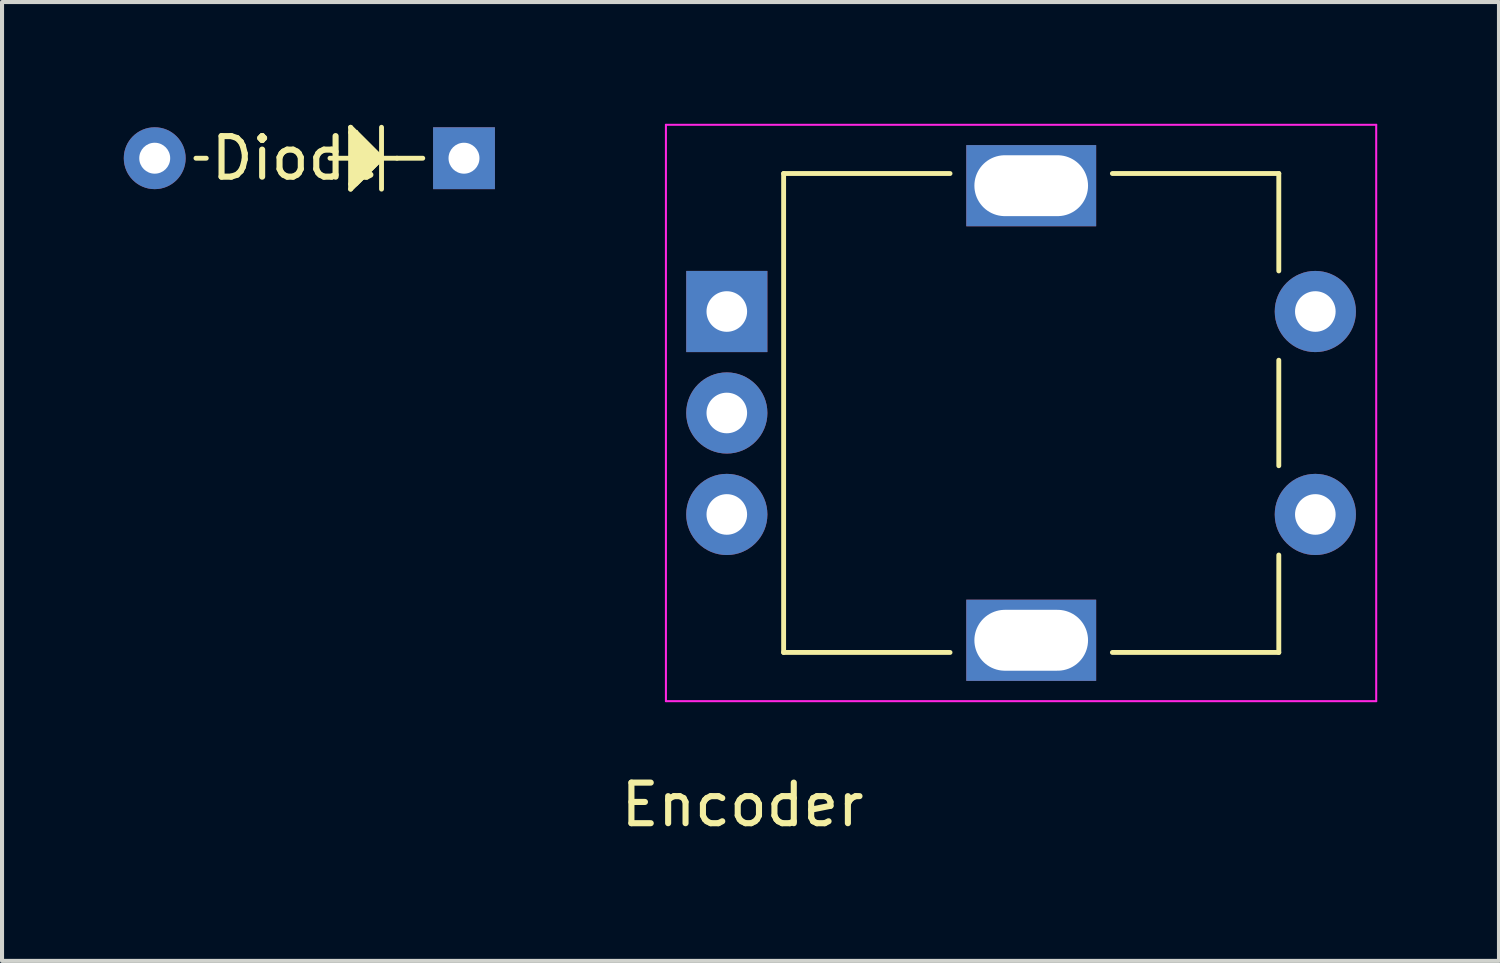
<source format=kicad_pcb>
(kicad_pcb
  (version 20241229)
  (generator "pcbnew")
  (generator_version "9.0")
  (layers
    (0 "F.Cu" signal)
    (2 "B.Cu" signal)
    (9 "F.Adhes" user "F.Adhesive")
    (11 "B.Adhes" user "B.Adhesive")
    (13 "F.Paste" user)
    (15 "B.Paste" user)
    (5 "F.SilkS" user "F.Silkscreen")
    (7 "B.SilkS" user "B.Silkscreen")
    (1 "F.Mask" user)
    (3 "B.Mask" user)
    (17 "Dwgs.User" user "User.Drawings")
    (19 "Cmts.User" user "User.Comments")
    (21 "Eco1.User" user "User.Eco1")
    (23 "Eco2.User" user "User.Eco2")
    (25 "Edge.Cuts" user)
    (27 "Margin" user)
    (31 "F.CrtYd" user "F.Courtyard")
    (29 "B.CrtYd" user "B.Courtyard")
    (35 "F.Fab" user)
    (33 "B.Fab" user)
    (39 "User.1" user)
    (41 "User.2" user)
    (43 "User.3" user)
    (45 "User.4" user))
  (footprint "Encoder"
    (layer "F.Cu")
    (at 22.357 7.125)
    (property "Reference" "Encoder" (at -7.112 9.652 0) (layer "F.SilkS") (effects (font (size 1 1) (thickness 0.15))))
    (attr through_hole)
    (fp_line (start -6.1 -5.9) (end -6.1 5.9) (stroke (width 0.12) (type solid)) (layer "F.SilkS"))
    (fp_line (start -2 -5.9) (end -6.1 -5.9) (stroke (width 0.12) (type solid)) (layer "F.SilkS"))
    (fp_line (start -2 5.9) (end -6.1 5.9) (stroke (width 0.12) (type solid)) (layer "F.SilkS"))
    (fp_line (start 2 -5.9) (end 6.1 -5.9) (stroke (width 0.12) (type solid)) (layer "F.SilkS"))
    (fp_line (start 6.1 -5.9) (end 6.1 -3.5) (stroke (width 0.12) (type solid)) (layer "F.SilkS"))
    (fp_line (start 6.1 -1.3) (end 6.1 1.3) (stroke (width 0.12) (type solid)) (layer "F.SilkS"))
    (fp_line (start 6.1 3.5) (end 6.1 5.9) (stroke (width 0.12) (type solid)) (layer "F.SilkS"))
    (fp_line (start 6.1 5.9) (end 2 5.9) (stroke (width 0.12) (type solid)) (layer "F.SilkS"))
    (fp_line (start -9 -7.1) (end -9 7.1) (stroke (width 0.05) (type solid)) (layer "F.CrtYd"))
    (fp_line (start -9 -7.1) (end 8.5 -7.1) (stroke (width 0.05) (type solid)) (layer "F.CrtYd"))
    (fp_line (start 8.5 7.1) (end -9 7.1) (stroke (width 0.05) (type solid)) (layer "F.CrtYd"))
    (fp_line (start 8.5 7.1) (end 8.5 -7.1) (stroke (width 0.05) (type solid)) (layer "F.CrtYd"))
    (pad "A" thru_hole rect (at -7.5 -2.5) (size 2 2) (drill 1) (layers "*.Cu" "*.Mask"))
    (pad "B" thru_hole circle (at -7.5 2.5) (size 2 2) (drill 1) (layers "*.Cu" "*.Mask"))
    (pad "C" thru_hole circle (at -7.5 0) (size 2 2) (drill 1) (layers "*.Cu" "*.Mask"))
    (pad "MP" thru_hole rect (at 0 -5.6) (size 3.2 2) (drill oval 2.8 1.5) (layers "*.Cu" "*.Mask"))
    (pad "MP" thru_hole rect (at 0 5.6) (size 3.2 2) (drill oval 2.8 1.5) (layers "*.Cu" "*.Mask"))
    (pad "S1" thru_hole circle (at 7 2.5) (size 2 2) (drill 1) (layers "*.Cu" "*.Mask"))
    (pad "S2" thru_hole circle (at 7 -2.5) (size 2 2) (drill 1) (layers "*.Cu" "*.Mask")))
  (footprint "Diode"
    (layer "F.Cu")
    (at 0.762 0.848)
    (property "Reference" "Diode" (at 3.48 0 0) (layer "F.SilkS") (effects (font (size 1 1) (thickness 0.15))))
    (attr through_hole)
    (fp_line (start 1.27 0) (end 1.016 0) (stroke (width 0.12) (type solid)) (layer "F.SilkS"))
    (fp_line (start 4.445 0) (end 4.318 0) (stroke (width 0.12) (type solid)) (layer "F.SilkS"))
    (fp_line (start 4.826 -0.762) (end 4.826 0.762) (stroke (width 0.12) (type solid)) (layer "F.SilkS"))
    (fp_line (start 4.826 0.635) (end 4.953 0.508) (stroke (width 0.12) (type solid)) (layer "F.SilkS"))
    (fp_line (start 4.826 0.762) (end 5.588 0) (stroke (width 0.12) (type solid)) (layer "F.SilkS"))
    (fp_line (start 4.889 -0.572) (end 4.889 0.508) (stroke (width 0.12) (type solid)) (layer "F.SilkS"))
    (fp_line (start 4.953 -0.635) (end 4.826 -0.635) (stroke (width 0.12) (type solid)) (layer "F.SilkS"))
    (fp_line (start 4.953 -0.635) (end 4.953 0.508) (stroke (width 0.12) (type solid)) (layer "F.SilkS"))
    (fp_line (start 4.953 -0.508) (end 4.953 0.381) (stroke (width 0.12) (type solid)) (layer "F.SilkS"))
    (fp_line (start 4.953 -0.381) (end 4.953 0.254) (stroke (width 0.12) (type solid)) (layer "F.SilkS"))
    (fp_line (start 4.953 -0.254) (end 4.953 0.127) (stroke (width 0.12) (type solid)) (layer "F.SilkS"))
    (fp_line (start 4.953 0.127) (end 5.08 0) (stroke (width 0.12) (type solid)) (layer "F.SilkS"))
    (fp_line (start 4.953 0.254) (end 5.207 0) (stroke (width 0.12) (type solid)) (layer "F.SilkS"))
    (fp_line (start 4.953 0.381) (end 5.334 0) (stroke (width 0.12) (type solid)) (layer "F.SilkS"))
    (fp_line (start 4.953 0.508) (end 4.953 -0.635) (stroke (width 0.12) (type solid)) (layer "F.SilkS"))
    (fp_line (start 4.953 0.508) (end 5.461 0) (stroke (width 0.12) (type solid)) (layer "F.SilkS"))
    (fp_line (start 4.953 0.635) (end 5.588 0) (stroke (width 0.12) (type solid)) (layer "F.SilkS"))
    (fp_line (start 5.08 0) (end 4.953 -0.127) (stroke (width 0.12) (type solid)) (layer "F.SilkS"))
    (fp_line (start 5.207 0) (end 4.953 -0.254) (stroke (width 0.12) (type solid)) (layer "F.SilkS"))
    (fp_line (start 5.334 0) (end 4.953 -0.381) (stroke (width 0.12) (type solid)) (layer "F.SilkS"))
    (fp_line (start 5.461 0) (end 4.953 -0.508) (stroke (width 0.12) (type solid)) (layer "F.SilkS"))
    (fp_line (start 5.588 -0.762) (end 5.588 0.762) (stroke (width 0.12) (type solid)) (layer "F.SilkS"))
    (fp_line (start 5.588 0) (end 4.826 -0.762) (stroke (width 0.12) (type solid)) (layer "F.SilkS"))
    (fp_line (start 5.588 0) (end 4.953 -0.635) (stroke (width 0.12) (type solid)) (layer "F.SilkS"))
    (fp_line (start 5.969 0) (end 4.445 0) (stroke (width 0.12) (type solid)) (layer "F.SilkS"))
    (fp_line (start 5.969 0) (end 6.604 0) (stroke (width 0.12) (type solid)) (layer "F.SilkS"))
    (pad "1" thru_hole rect (at 7.62 0) (size 1.524 1.524) (drill 0.762) (layers "*.Cu" "*.Mask"))
    (pad "2" thru_hole circle (at 0 0) (size 1.524 1.524) (drill 0.762) (layers "*.Cu" "*.Mask")))
  (gr_rect
    (start -3 -3)
    (end 33.882 20.625)
    (stroke (width 0.1) (type default))
    (fill no)
    (layer "Edge.Cuts")))
</source>
